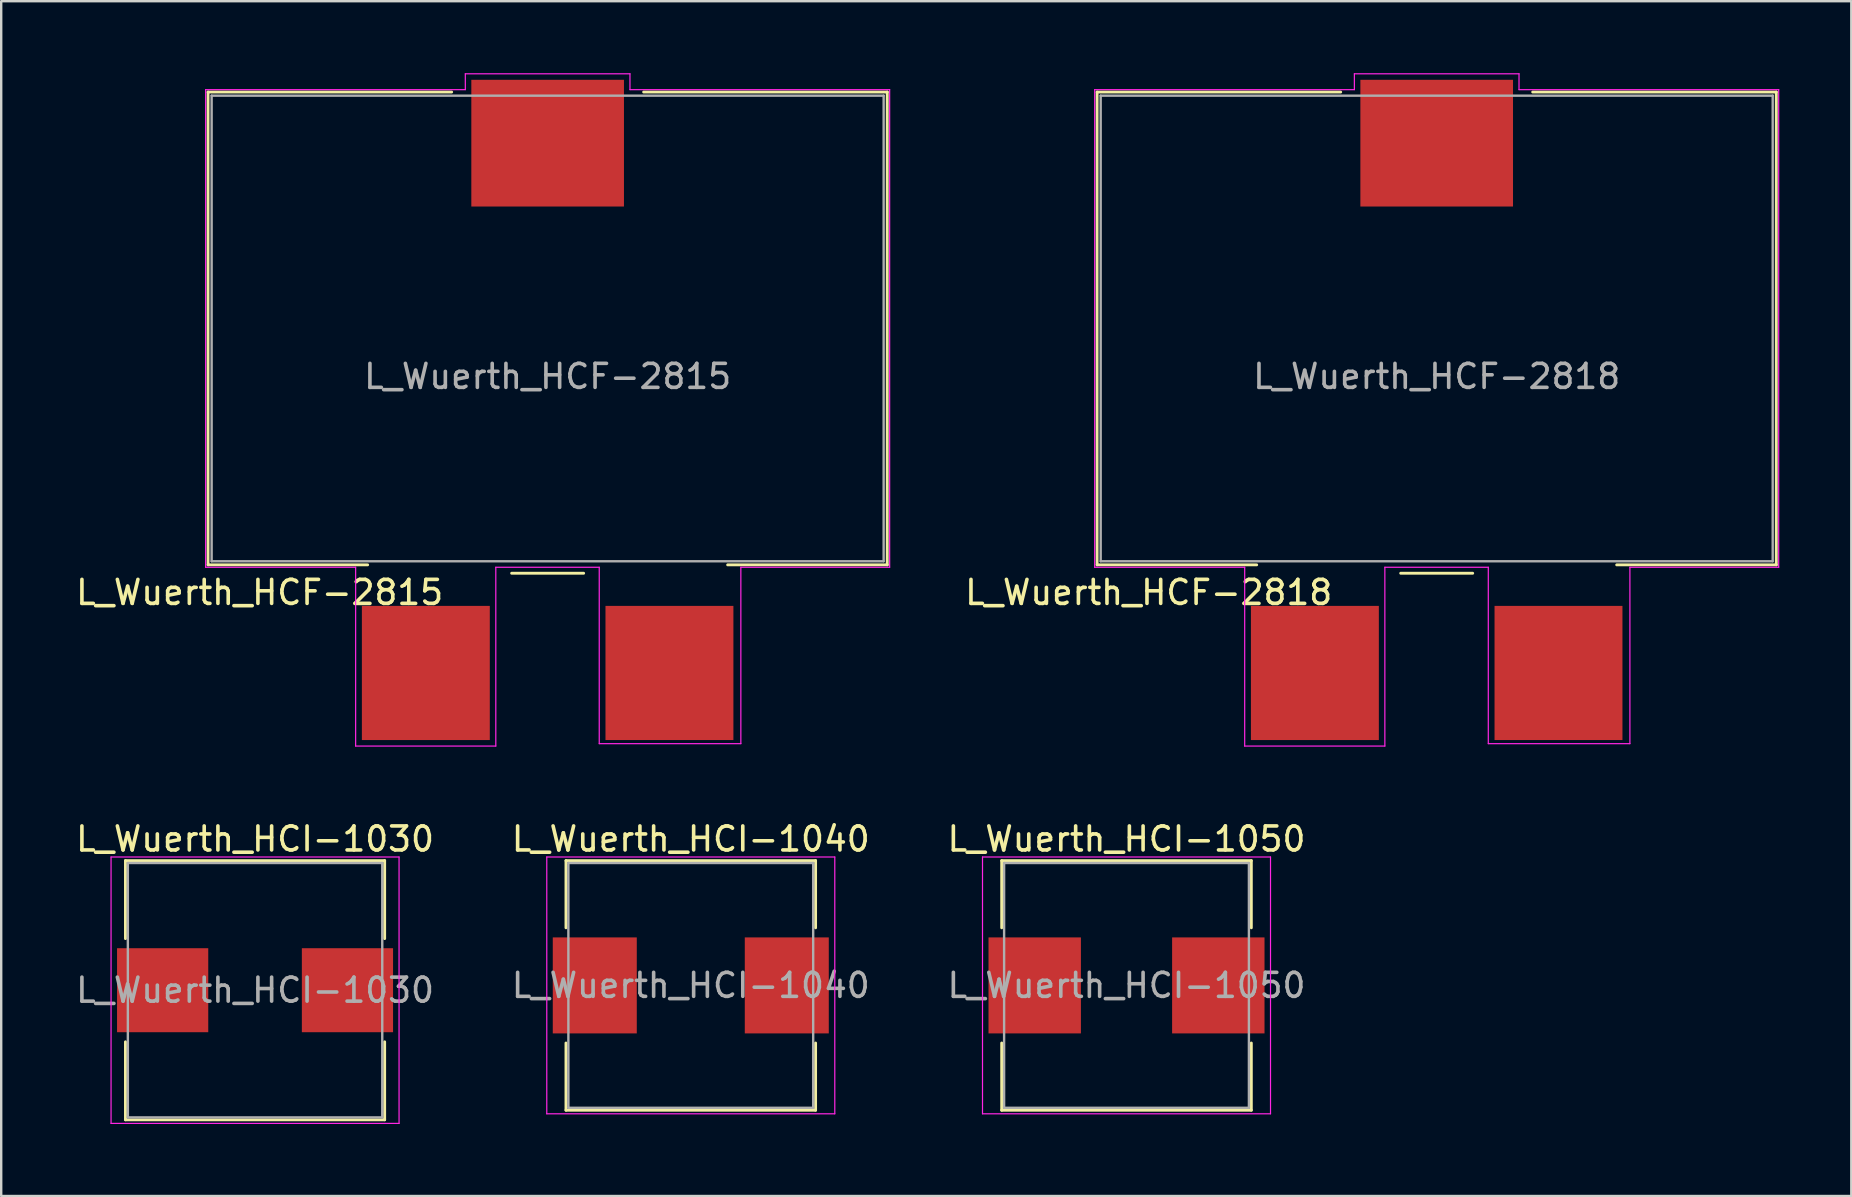
<source format=kicad_pcb>
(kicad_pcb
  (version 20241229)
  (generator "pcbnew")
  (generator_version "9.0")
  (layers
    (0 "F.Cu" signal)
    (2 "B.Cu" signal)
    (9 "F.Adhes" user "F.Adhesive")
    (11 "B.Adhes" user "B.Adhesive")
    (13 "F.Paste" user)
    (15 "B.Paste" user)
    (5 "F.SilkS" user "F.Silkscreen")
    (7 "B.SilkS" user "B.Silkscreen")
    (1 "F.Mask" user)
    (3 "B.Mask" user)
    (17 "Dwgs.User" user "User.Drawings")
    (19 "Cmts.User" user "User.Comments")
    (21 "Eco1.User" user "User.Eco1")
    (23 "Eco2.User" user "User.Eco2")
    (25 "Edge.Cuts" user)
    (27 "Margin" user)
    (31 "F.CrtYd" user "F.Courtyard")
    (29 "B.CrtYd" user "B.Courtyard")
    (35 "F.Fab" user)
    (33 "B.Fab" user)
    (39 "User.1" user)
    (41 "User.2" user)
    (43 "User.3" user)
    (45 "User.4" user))
  (footprint "L_Wuerth_HCI-1040"
    (layer "F.Cu")
    (at 25.732 38.008)
    (property "Reference" "L_Wuerth_HCI-1040" (at 0 -6.1 0) (layer "F.SilkS") (effects (font (size 1 1) (thickness 0.15))))
    (attr smd)
    (fp_line (start -5.2 -5.2) (end 5.2 -5.2) (stroke (width 0.12) (type solid)) (layer "F.SilkS"))
    (fp_line (start -5.2 -2.4) (end -5.2 -5.2) (stroke (width 0.12) (type solid)) (layer "F.SilkS"))
    (fp_line (start -5.2 2.4) (end -5.2 5.2) (stroke (width 0.12) (type solid)) (layer "F.SilkS"))
    (fp_line (start -5.2 5.2) (end 5.2 5.2) (stroke (width 0.12) (type solid)) (layer "F.SilkS"))
    (fp_line (start 5.2 -5.2) (end 5.2 -2.4) (stroke (width 0.12) (type solid)) (layer "F.SilkS"))
    (fp_line (start 5.2 5.2) (end 5.2 2.4) (stroke (width 0.12) (type solid)) (layer "F.SilkS"))
    (fp_line (start -6 -5.35) (end -6 5.35) (stroke (width 0.05) (type solid)) (layer "F.CrtYd"))
    (fp_line (start -6 5.35) (end 6 5.35) (stroke (width 0.05) (type solid)) (layer "F.CrtYd"))
    (fp_line (start 6 -5.35) (end -6 -5.35) (stroke (width 0.05) (type solid)) (layer "F.CrtYd"))
    (fp_line (start 6 5.35) (end 6 -5.35) (stroke (width 0.05) (type solid)) (layer "F.CrtYd"))
    (fp_line (start -5.1 -5.1) (end -5.1 5.1) (stroke (width 0.1) (type solid)) (layer "F.Fab"))
    (fp_line (start -5.1 5.1) (end 5.1 5.1) (stroke (width 0.1) (type solid)) (layer "F.Fab"))
    (fp_line (start 5.1 -5.1) (end -5.1 -5.1) (stroke (width 0.1) (type solid)) (layer "F.Fab"))
    (fp_line (start 5.1 5.1) (end 5.1 -5.1) (stroke (width 0.1) (type solid)) (layer "F.Fab"))
    (fp_text user "${REFERENCE}" (at 0 0 0) (layer "F.Fab") (effects (font (size 1 1) (thickness 0.15))))
    (pad "1" smd rect (at -4 0) (size 3.5 4) (layers "F.Cu" "F.Mask" "F.Paste"))
    (pad "2" smd rect (at 4 0) (size 3.5 4) (layers "F.Cu" "F.Mask" "F.Paste")))
  (footprint "L_Wuerth_HCF-2815"
    (layer "F.Cu")
    (at 19.768 10.635)
    (property "Reference" "L_Wuerth_HCF-2815" (at -12 11 0) (layer "F.SilkS") (effects (font (size 1 1) (thickness 0.15))))
    (attr smd)
    (fp_line (start -14.15 -9.85) (end -4 -9.85) (stroke (width 0.12) (type solid)) (layer "F.SilkS"))
    (fp_line (start -14.15 9.85) (end -14.15 -9.85) (stroke (width 0.12) (type solid)) (layer "F.SilkS"))
    (fp_line (start -7.5 9.85) (end -14.15 9.85) (stroke (width 0.12) (type solid)) (layer "F.SilkS"))
    (fp_line (start 1.5 10.2) (end -1.5 10.2) (stroke (width 0.12) (type solid)) (layer "F.SilkS"))
    (fp_line (start 4 -9.85) (end 14.15 -9.85) (stroke (width 0.12) (type solid)) (layer "F.SilkS"))
    (fp_line (start 14.15 -9.85) (end 14.15 9.85) (stroke (width 0.12) (type solid)) (layer "F.SilkS"))
    (fp_line (start 14.15 9.85) (end 7.5 9.85) (stroke (width 0.12) (type solid)) (layer "F.SilkS"))
    (fp_line (start -14.25 -9.95) (end -3.43 -9.95) (stroke (width 0.05) (type solid)) (layer "F.CrtYd"))
    (fp_line (start -14.25 9.95) (end -14.25 -9.95) (stroke (width 0.05) (type solid)) (layer "F.CrtYd"))
    (fp_line (start -8 9.95) (end -14.25 9.95) (stroke (width 0.05) (type solid)) (layer "F.CrtYd"))
    (fp_line (start -8 17.4) (end -8 9.95) (stroke (width 0.05) (type solid)) (layer "F.CrtYd"))
    (fp_line (start -3.43 -10.61) (end 3.43 -10.61) (stroke (width 0.05) (type solid)) (layer "F.CrtYd"))
    (fp_line (start -3.43 -9.95) (end -3.43 -10.61) (stroke (width 0.05) (type solid)) (layer "F.CrtYd"))
    (fp_line (start -2.16 9.95) (end -2.16 17.4) (stroke (width 0.05) (type solid)) (layer "F.CrtYd"))
    (fp_line (start -2.16 17.4) (end -8 17.4) (stroke (width 0.05) (type solid)) (layer "F.CrtYd"))
    (fp_line (start 2.15 9.95) (end -2.16 9.95) (stroke (width 0.05) (type solid)) (layer "F.CrtYd"))
    (fp_line (start 2.15 17.3) (end 2.15 9.95) (stroke (width 0.05) (type solid)) (layer "F.CrtYd"))
    (fp_line (start 3.43 -10.61) (end 3.43 -9.95) (stroke (width 0.05) (type solid)) (layer "F.CrtYd"))
    (fp_line (start 3.43 -9.95) (end 14.25 -9.95) (stroke (width 0.05) (type solid)) (layer "F.CrtYd"))
    (fp_line (start 8.05 9.95) (end 8.05 17.3) (stroke (width 0.05) (type solid)) (layer "F.CrtYd"))
    (fp_line (start 8.05 17.3) (end 2.15 17.3) (stroke (width 0.05) (type solid)) (layer "F.CrtYd"))
    (fp_line (start 14.25 -9.95) (end 14.25 9.95) (stroke (width 0.05) (type solid)) (layer "F.CrtYd"))
    (fp_line (start 14.25 9.95) (end 8.05 9.95) (stroke (width 0.05) (type solid)) (layer "F.CrtYd"))
    (fp_line (start -14 -9.7) (end 14 -9.7) (stroke (width 0.1) (type solid)) (layer "F.Fab"))
    (fp_line (start -14 9.7) (end -14 -9.7) (stroke (width 0.1) (type solid)) (layer "F.Fab"))
    (fp_line (start 14 -9.7) (end 14 9.7) (stroke (width 0.1) (type solid)) (layer "F.Fab"))
    (fp_line (start 14 9.7) (end -14 9.7) (stroke (width 0.1) (type solid)) (layer "F.Fab"))
    (fp_text user "${REFERENCE}" (at 0 2 0) (layer "F.Fab") (effects (font (size 1 1) (thickness 0.15))))
    (pad "" smd rect (at 0 -7.72) (size 6.36 5.28) (layers "F.Cu" "F.Mask" "F.Paste"))
    (pad "1" smd rect (at -5.075 14.355) (size 5.33 5.59) (layers "F.Cu" "F.Mask" "F.Paste"))
    (pad "2" smd rect (at 5.075 14.355) (size 5.33 5.59) (layers "F.Cu" "F.Mask" "F.Paste")))
  (footprint "L_Wuerth_HCF-2818"
    (layer "F.Cu")
    (at 56.811 10.635)
    (property "Reference" "L_Wuerth_HCF-2818" (at -12 11 0) (layer "F.SilkS") (effects (font (size 1 1) (thickness 0.15))))
    (attr smd)
    (fp_line (start -14.15 -9.85) (end -4 -9.85) (stroke (width 0.12) (type solid)) (layer "F.SilkS"))
    (fp_line (start -14.15 9.85) (end -14.15 -9.85) (stroke (width 0.12) (type solid)) (layer "F.SilkS"))
    (fp_line (start -7.5 9.85) (end -14.15 9.85) (stroke (width 0.12) (type solid)) (layer "F.SilkS"))
    (fp_line (start 1.5 10.2) (end -1.5 10.2) (stroke (width 0.12) (type solid)) (layer "F.SilkS"))
    (fp_line (start 4 -9.85) (end 14.15 -9.85) (stroke (width 0.12) (type solid)) (layer "F.SilkS"))
    (fp_line (start 14.15 -9.85) (end 14.15 9.85) (stroke (width 0.12) (type solid)) (layer "F.SilkS"))
    (fp_line (start 14.15 9.85) (end 7.5 9.85) (stroke (width 0.12) (type solid)) (layer "F.SilkS"))
    (fp_line (start -14.25 -9.95) (end -3.43 -9.95) (stroke (width 0.05) (type solid)) (layer "F.CrtYd"))
    (fp_line (start -14.25 9.95) (end -14.25 -9.95) (stroke (width 0.05) (type solid)) (layer "F.CrtYd"))
    (fp_line (start -8 9.95) (end -14.25 9.95) (stroke (width 0.05) (type solid)) (layer "F.CrtYd"))
    (fp_line (start -8 17.4) (end -8 9.95) (stroke (width 0.05) (type solid)) (layer "F.CrtYd"))
    (fp_line (start -3.43 -10.61) (end 3.43 -10.61) (stroke (width 0.05) (type solid)) (layer "F.CrtYd"))
    (fp_line (start -3.43 -9.95) (end -3.43 -10.61) (stroke (width 0.05) (type solid)) (layer "F.CrtYd"))
    (fp_line (start -2.16 9.95) (end -2.16 17.4) (stroke (width 0.05) (type solid)) (layer "F.CrtYd"))
    (fp_line (start -2.16 17.4) (end -8 17.4) (stroke (width 0.05) (type solid)) (layer "F.CrtYd"))
    (fp_line (start 2.15 9.95) (end -2.16 9.95) (stroke (width 0.05) (type solid)) (layer "F.CrtYd"))
    (fp_line (start 2.15 17.3) (end 2.15 9.95) (stroke (width 0.05) (type solid)) (layer "F.CrtYd"))
    (fp_line (start 3.43 -10.61) (end 3.43 -9.95) (stroke (width 0.05) (type solid)) (layer "F.CrtYd"))
    (fp_line (start 3.43 -9.95) (end 14.25 -9.95) (stroke (width 0.05) (type solid)) (layer "F.CrtYd"))
    (fp_line (start 8.05 9.95) (end 8.05 17.3) (stroke (width 0.05) (type solid)) (layer "F.CrtYd"))
    (fp_line (start 8.05 17.3) (end 2.15 17.3) (stroke (width 0.05) (type solid)) (layer "F.CrtYd"))
    (fp_line (start 14.25 -9.95) (end 14.25 9.95) (stroke (width 0.05) (type solid)) (layer "F.CrtYd"))
    (fp_line (start 14.25 9.95) (end 8.05 9.95) (stroke (width 0.05) (type solid)) (layer "F.CrtYd"))
    (fp_line (start -14 -9.7) (end 14 -9.7) (stroke (width 0.1) (type solid)) (layer "F.Fab"))
    (fp_line (start -14 9.7) (end -14 -9.7) (stroke (width 0.1) (type solid)) (layer "F.Fab"))
    (fp_line (start 14 -9.7) (end 14 9.7) (stroke (width 0.1) (type solid)) (layer "F.Fab"))
    (fp_line (start 14 9.7) (end -14 9.7) (stroke (width 0.1) (type solid)) (layer "F.Fab"))
    (fp_text user "${REFERENCE}" (at 0 2 0) (layer "F.Fab") (effects (font (size 1 1) (thickness 0.15))))
    (pad "" smd rect (at 0 -7.72) (size 6.36 5.28) (layers "F.Cu" "F.Mask" "F.Paste"))
    (pad "1" smd rect (at -5.075 14.355) (size 5.33 5.59) (layers "F.Cu" "F.Mask" "F.Paste"))
    (pad "2" smd rect (at 5.075 14.355) (size 5.33 5.59) (layers "F.Cu" "F.Mask" "F.Paste")))
  (footprint "L_Wuerth_HCI-1030"
    (layer "F.Cu")
    (at 7.577 38.208)
    (property "Reference" "L_Wuerth_HCI-1030" (at 0 -6.3 0) (layer "F.SilkS") (effects (font (size 1 1) (thickness 0.15))))
    (attr smd)
    (fp_line (start -5.4 -5.4) (end 5.4 -5.4) (stroke (width 0.12) (type solid)) (layer "F.SilkS"))
    (fp_line (start -5.4 -2.15) (end -5.4 -5.4) (stroke (width 0.12) (type solid)) (layer "F.SilkS"))
    (fp_line (start -5.4 2.15) (end -5.4 5.4) (stroke (width 0.12) (type solid)) (layer "F.SilkS"))
    (fp_line (start -5.4 5.4) (end 5.4 5.4) (stroke (width 0.12) (type solid)) (layer "F.SilkS"))
    (fp_line (start 5.4 -5.4) (end 5.4 -2.15) (stroke (width 0.12) (type solid)) (layer "F.SilkS"))
    (fp_line (start 5.4 5.4) (end 5.4 2.15) (stroke (width 0.12) (type solid)) (layer "F.SilkS"))
    (fp_line (start -6 -5.55) (end -6 5.55) (stroke (width 0.05) (type solid)) (layer "F.CrtYd"))
    (fp_line (start -6 5.55) (end 6 5.55) (stroke (width 0.05) (type solid)) (layer "F.CrtYd"))
    (fp_line (start 6 -5.55) (end -6 -5.55) (stroke (width 0.05) (type solid)) (layer "F.CrtYd"))
    (fp_line (start 6 5.55) (end 6 -5.55) (stroke (width 0.05) (type solid)) (layer "F.CrtYd"))
    (fp_line (start -5.3 -5.3) (end -5.3 5.3) (stroke (width 0.1) (type solid)) (layer "F.Fab"))
    (fp_line (start -5.3 5.3) (end 5.3 5.3) (stroke (width 0.1) (type solid)) (layer "F.Fab"))
    (fp_line (start 5.3 -5.3) (end -5.3 -5.3) (stroke (width 0.1) (type solid)) (layer "F.Fab"))
    (fp_line (start 5.3 5.3) (end 5.3 -5.3) (stroke (width 0.1) (type solid)) (layer "F.Fab"))
    (fp_text user "${REFERENCE}" (at 0 0 0) (layer "F.Fab") (effects (font (size 1 1) (thickness 0.15))))
    (pad "1" smd rect (at -3.85 0) (size 3.8 3.5) (layers "F.Cu" "F.Mask" "F.Paste"))
    (pad "2" smd rect (at 3.85 0) (size 3.8 3.5) (layers "F.Cu" "F.Mask" "F.Paste")))
  (footprint "L_Wuerth_HCI-1050"
    (layer "F.Cu")
    (at 43.887 38.008)
    (property "Reference" "L_Wuerth_HCI-1050" (at 0 -6.1 0) (layer "F.SilkS") (effects (font (size 1 1) (thickness 0.15))))
    (attr smd)
    (fp_line (start -5.2 -5.2) (end 5.2 -5.2) (stroke (width 0.12) (type solid)) (layer "F.SilkS"))
    (fp_line (start -5.2 -2.4) (end -5.2 -5.2) (stroke (width 0.12) (type solid)) (layer "F.SilkS"))
    (fp_line (start -5.2 2.4) (end -5.2 5.2) (stroke (width 0.12) (type solid)) (layer "F.SilkS"))
    (fp_line (start -5.2 5.2) (end 5.2 5.2) (stroke (width 0.12) (type solid)) (layer "F.SilkS"))
    (fp_line (start 5.2 -5.2) (end 5.2 -2.4) (stroke (width 0.12) (type solid)) (layer "F.SilkS"))
    (fp_line (start 5.2 5.2) (end 5.2 2.4) (stroke (width 0.12) (type solid)) (layer "F.SilkS"))
    (fp_line (start -6 -5.35) (end -6 5.35) (stroke (width 0.05) (type solid)) (layer "F.CrtYd"))
    (fp_line (start -6 5.35) (end 6 5.35) (stroke (width 0.05) (type solid)) (layer "F.CrtYd"))
    (fp_line (start 6 -5.35) (end -6 -5.35) (stroke (width 0.05) (type solid)) (layer "F.CrtYd"))
    (fp_line (start 6 5.35) (end 6 -5.35) (stroke (width 0.05) (type solid)) (layer "F.CrtYd"))
    (fp_line (start -5.1 -5.1) (end -5.1 5.1) (stroke (width 0.1) (type solid)) (layer "F.Fab"))
    (fp_line (start -5.1 5.1) (end 5.1 5.1) (stroke (width 0.1) (type solid)) (layer "F.Fab"))
    (fp_line (start 5.1 -5.1) (end -5.1 -5.1) (stroke (width 0.1) (type solid)) (layer "F.Fab"))
    (fp_line (start 5.1 5.1) (end 5.1 -5.1) (stroke (width 0.1) (type solid)) (layer "F.Fab"))
    (fp_text user "${REFERENCE}" (at 0 0 0) (layer "F.Fab") (effects (font (size 1 1) (thickness 0.15))))
    (pad "1" smd rect (at -3.825 0) (size 3.85 4) (layers "F.Cu" "F.Mask" "F.Paste"))
    (pad "2" smd rect (at 3.825 0) (size 3.85 4) (layers "F.Cu" "F.Mask" "F.Paste")))
  (gr_rect
    (start -3 -3)
    (end 74.086 46.783)
    (stroke (width 0.1) (type default))
    (fill no)
    (layer "Edge.Cuts")))
</source>
